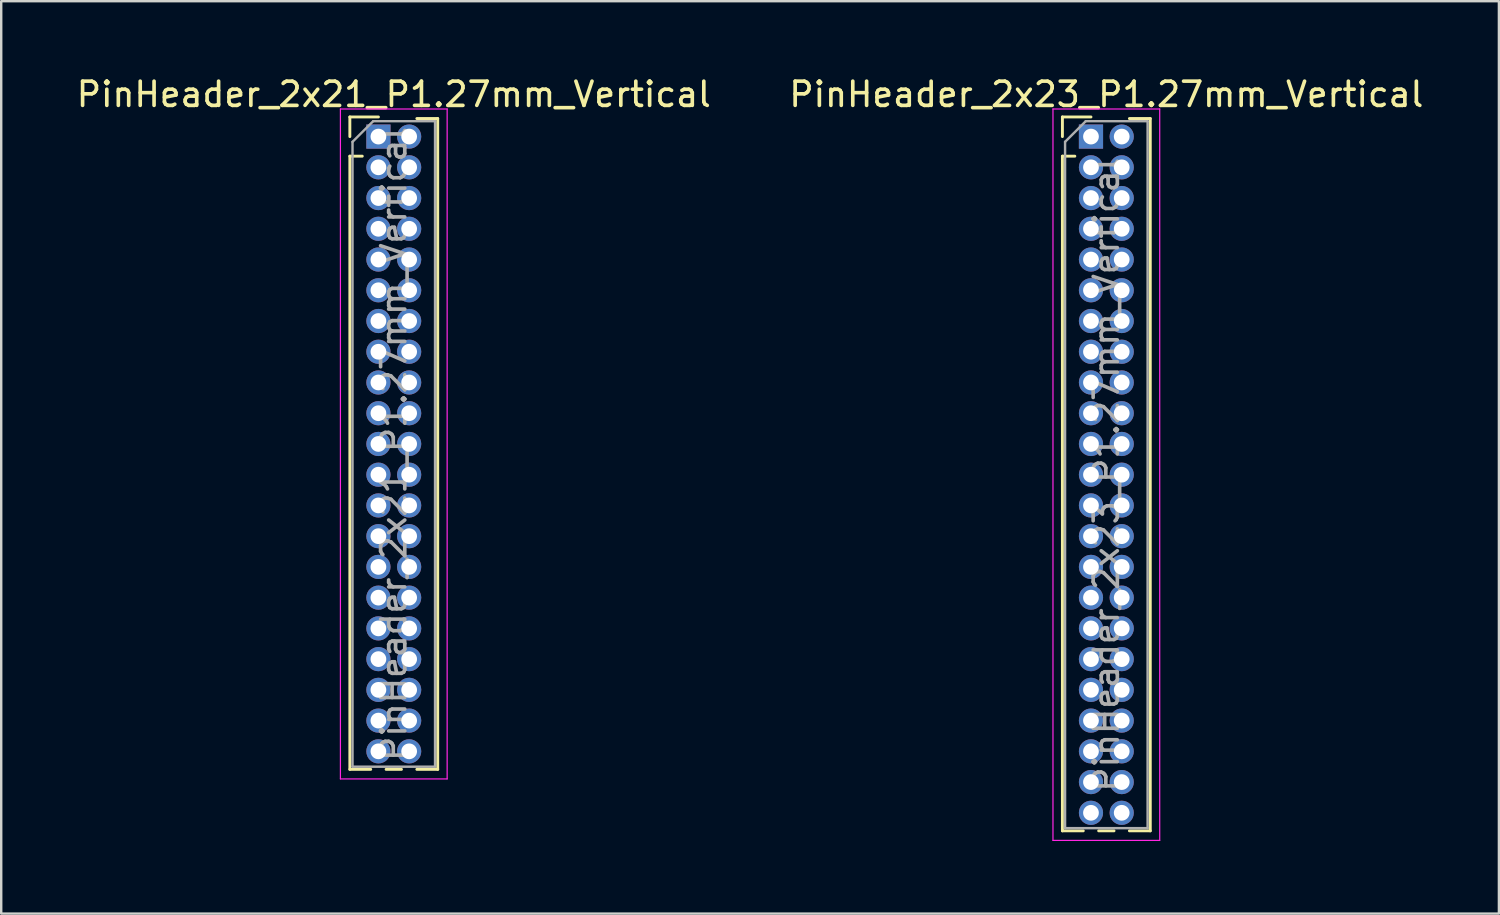
<source format=kicad_pcb>
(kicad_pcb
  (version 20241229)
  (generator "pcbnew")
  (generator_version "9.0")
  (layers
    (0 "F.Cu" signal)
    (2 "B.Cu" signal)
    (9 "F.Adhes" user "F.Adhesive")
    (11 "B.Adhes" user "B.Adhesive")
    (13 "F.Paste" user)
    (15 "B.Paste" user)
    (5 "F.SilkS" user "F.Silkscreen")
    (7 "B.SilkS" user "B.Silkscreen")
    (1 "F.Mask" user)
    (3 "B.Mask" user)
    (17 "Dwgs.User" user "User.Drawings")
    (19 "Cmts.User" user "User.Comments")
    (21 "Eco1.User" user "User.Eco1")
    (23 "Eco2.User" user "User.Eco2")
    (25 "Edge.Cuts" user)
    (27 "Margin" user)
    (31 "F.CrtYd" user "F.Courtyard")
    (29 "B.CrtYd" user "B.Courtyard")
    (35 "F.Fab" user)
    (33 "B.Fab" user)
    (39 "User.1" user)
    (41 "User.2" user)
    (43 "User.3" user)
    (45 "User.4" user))
  (footprint "PinHeader_2x21_P1.27mm_Vertical"
    (layer "F.Cu")
    (at 12.585 2.593)
    (property "Reference" "PinHeader_2x21_P1.27mm_Vertical" (at 0.635 -1.745 0) (layer "F.SilkS") (effects (font (size 1 1) (thickness 0.15))))
    (attr through_hole)
    (fp_line (start -1.18 -0.81) (end 0 -0.81) (stroke (width 0.12) (type solid)) (layer "F.SilkS"))
    (fp_line (start -1.18 0) (end -1.18 -0.81) (stroke (width 0.12) (type solid)) (layer "F.SilkS"))
    (fp_line (start -1.18 0.81) (end -1.18 26.145) (stroke (width 0.12) (type solid)) (layer "F.SilkS"))
    (fp_line (start -1.18 0.81) (end -0.667 0.81) (stroke (width 0.12) (type solid)) (layer "F.SilkS"))
    (fp_line (start -1.18 26.145) (end -0.318 26.145) (stroke (width 0.12) (type solid)) (layer "F.SilkS"))
    (fp_line (start 0.318 26.145) (end 0.952 26.145) (stroke (width 0.12) (type solid)) (layer "F.SilkS"))
    (fp_line (start 1.588 -0.745) (end 2.45 -0.745) (stroke (width 0.12) (type solid)) (layer "F.SilkS"))
    (fp_line (start 1.588 26.145) (end 2.45 26.145) (stroke (width 0.12) (type solid)) (layer "F.SilkS"))
    (fp_line (start 2.45 -0.745) (end 2.45 26.145) (stroke (width 0.12) (type solid)) (layer "F.SilkS"))
    (fp_line (start -1.57 -1.14) (end -1.57 26.54) (stroke (width 0.05) (type solid)) (layer "F.CrtYd"))
    (fp_line (start -1.57 26.54) (end 2.84 26.54) (stroke (width 0.05) (type solid)) (layer "F.CrtYd"))
    (fp_line (start 2.84 -1.14) (end -1.57 -1.14) (stroke (width 0.05) (type solid)) (layer "F.CrtYd"))
    (fp_line (start 2.84 26.54) (end 2.84 -1.14) (stroke (width 0.05) (type solid)) (layer "F.CrtYd"))
    (fp_line (start -1.07 0.217) (end -0.217 -0.635) (stroke (width 0.1) (type solid)) (layer "F.Fab"))
    (fp_line (start -1.07 26.035) (end -1.07 0.217) (stroke (width 0.1) (type solid)) (layer "F.Fab"))
    (fp_line (start -0.217 -0.635) (end 2.34 -0.635) (stroke (width 0.1) (type solid)) (layer "F.Fab"))
    (fp_line (start 2.34 -0.635) (end 2.34 26.035) (stroke (width 0.1) (type solid)) (layer "F.Fab"))
    (fp_line (start 2.34 26.035) (end -1.07 26.035) (stroke (width 0.1) (type solid)) (layer "F.Fab"))
    (fp_text user "${REFERENCE}" (at 0.635 12.7 90) (layer "F.Fab") (effects (font (size 1 1) (thickness 0.15))))
    (pad "1" thru_hole rect (at 0 0) (size 1 1) (drill 0.65) (layers "*.Cu" "*.Mask"))
    (pad "2" thru_hole circle (at 1.27 0) (size 1 1) (drill 0.65) (layers "*.Cu" "*.Mask"))
    (pad "3" thru_hole circle (at 0 1.27) (size 1 1) (drill 0.65) (layers "*.Cu" "*.Mask"))
    (pad "4" thru_hole circle (at 1.27 1.27) (size 1 1) (drill 0.65) (layers "*.Cu" "*.Mask"))
    (pad "5" thru_hole circle (at 0 2.54) (size 1 1) (drill 0.65) (layers "*.Cu" "*.Mask"))
    (pad "6" thru_hole circle (at 1.27 2.54) (size 1 1) (drill 0.65) (layers "*.Cu" "*.Mask"))
    (pad "7" thru_hole circle (at 0 3.81) (size 1 1) (drill 0.65) (layers "*.Cu" "*.Mask"))
    (pad "8" thru_hole circle (at 1.27 3.81) (size 1 1) (drill 0.65) (layers "*.Cu" "*.Mask"))
    (pad "9" thru_hole circle (at 0 5.08) (size 1 1) (drill 0.65) (layers "*.Cu" "*.Mask"))
    (pad "10" thru_hole circle (at 1.27 5.08) (size 1 1) (drill 0.65) (layers "*.Cu" "*.Mask"))
    (pad "11" thru_hole circle (at 0 6.35) (size 1 1) (drill 0.65) (layers "*.Cu" "*.Mask"))
    (pad "12" thru_hole circle (at 1.27 6.35) (size 1 1) (drill 0.65) (layers "*.Cu" "*.Mask"))
    (pad "13" thru_hole circle (at 0 7.62) (size 1 1) (drill 0.65) (layers "*.Cu" "*.Mask"))
    (pad "14" thru_hole circle (at 1.27 7.62) (size 1 1) (drill 0.65) (layers "*.Cu" "*.Mask"))
    (pad "15" thru_hole circle (at 0 8.89) (size 1 1) (drill 0.65) (layers "*.Cu" "*.Mask"))
    (pad "16" thru_hole circle (at 1.27 8.89) (size 1 1) (drill 0.65) (layers "*.Cu" "*.Mask"))
    (pad "17" thru_hole circle (at 0 10.16) (size 1 1) (drill 0.65) (layers "*.Cu" "*.Mask"))
    (pad "18" thru_hole circle (at 1.27 10.16) (size 1 1) (drill 0.65) (layers "*.Cu" "*.Mask"))
    (pad "19" thru_hole circle (at 0 11.43) (size 1 1) (drill 0.65) (layers "*.Cu" "*.Mask"))
    (pad "20" thru_hole circle (at 1.27 11.43) (size 1 1) (drill 0.65) (layers "*.Cu" "*.Mask"))
    (pad "21" thru_hole circle (at 0 12.7) (size 1 1) (drill 0.65) (layers "*.Cu" "*.Mask"))
    (pad "22" thru_hole circle (at 1.27 12.7) (size 1 1) (drill 0.65) (layers "*.Cu" "*.Mask"))
    (pad "23" thru_hole circle (at 0 13.97) (size 1 1) (drill 0.65) (layers "*.Cu" "*.Mask"))
    (pad "24" thru_hole circle (at 1.27 13.97) (size 1 1) (drill 0.65) (layers "*.Cu" "*.Mask"))
    (pad "25" thru_hole circle (at 0 15.24) (size 1 1) (drill 0.65) (layers "*.Cu" "*.Mask"))
    (pad "26" thru_hole circle (at 1.27 15.24) (size 1 1) (drill 0.65) (layers "*.Cu" "*.Mask"))
    (pad "27" thru_hole circle (at 0 16.51) (size 1 1) (drill 0.65) (layers "*.Cu" "*.Mask"))
    (pad "28" thru_hole circle (at 1.27 16.51) (size 1 1) (drill 0.65) (layers "*.Cu" "*.Mask"))
    (pad "29" thru_hole circle (at 0 17.78) (size 1 1) (drill 0.65) (layers "*.Cu" "*.Mask"))
    (pad "30" thru_hole circle (at 1.27 17.78) (size 1 1) (drill 0.65) (layers "*.Cu" "*.Mask"))
    (pad "31" thru_hole circle (at 0 19.05) (size 1 1) (drill 0.65) (layers "*.Cu" "*.Mask"))
    (pad "32" thru_hole circle (at 1.27 19.05) (size 1 1) (drill 0.65) (layers "*.Cu" "*.Mask"))
    (pad "33" thru_hole circle (at 0 20.32) (size 1 1) (drill 0.65) (layers "*.Cu" "*.Mask"))
    (pad "34" thru_hole circle (at 1.27 20.32) (size 1 1) (drill 0.65) (layers "*.Cu" "*.Mask"))
    (pad "35" thru_hole circle (at 0 21.59) (size 1 1) (drill 0.65) (layers "*.Cu" "*.Mask"))
    (pad "36" thru_hole circle (at 1.27 21.59) (size 1 1) (drill 0.65) (layers "*.Cu" "*.Mask"))
    (pad "37" thru_hole circle (at 0 22.86) (size 1 1) (drill 0.65) (layers "*.Cu" "*.Mask"))
    (pad "38" thru_hole circle (at 1.27 22.86) (size 1 1) (drill 0.65) (layers "*.Cu" "*.Mask"))
    (pad "39" thru_hole circle (at 0 24.13) (size 1 1) (drill 0.65) (layers "*.Cu" "*.Mask"))
    (pad "40" thru_hole circle (at 1.27 24.13) (size 1 1) (drill 0.65) (layers "*.Cu" "*.Mask"))
    (pad "41" thru_hole circle (at 0 25.4) (size 1 1) (drill 0.65) (layers "*.Cu" "*.Mask"))
    (pad "42" thru_hole circle (at 1.27 25.4) (size 1 1) (drill 0.65) (layers "*.Cu" "*.Mask")))
  (footprint "PinHeader_2x23_P1.27mm_Vertical"
    (layer "F.Cu")
    (at 42.026 2.593)
    (property "Reference" "PinHeader_2x23_P1.27mm_Vertical" (at 0.635 -1.745 0) (layer "F.SilkS") (effects (font (size 1 1) (thickness 0.15))))
    (attr through_hole)
    (fp_line (start -1.18 -0.81) (end 0 -0.81) (stroke (width 0.12) (type solid)) (layer "F.SilkS"))
    (fp_line (start -1.18 0) (end -1.18 -0.81) (stroke (width 0.12) (type solid)) (layer "F.SilkS"))
    (fp_line (start -1.18 0.81) (end -1.18 28.685) (stroke (width 0.12) (type solid)) (layer "F.SilkS"))
    (fp_line (start -1.18 0.81) (end -0.667 0.81) (stroke (width 0.12) (type solid)) (layer "F.SilkS"))
    (fp_line (start -1.18 28.685) (end -0.318 28.685) (stroke (width 0.12) (type solid)) (layer "F.SilkS"))
    (fp_line (start 0.318 28.685) (end 0.952 28.685) (stroke (width 0.12) (type solid)) (layer "F.SilkS"))
    (fp_line (start 1.588 -0.745) (end 2.45 -0.745) (stroke (width 0.12) (type solid)) (layer "F.SilkS"))
    (fp_line (start 1.588 28.685) (end 2.45 28.685) (stroke (width 0.12) (type solid)) (layer "F.SilkS"))
    (fp_line (start 2.45 -0.745) (end 2.45 28.685) (stroke (width 0.12) (type solid)) (layer "F.SilkS"))
    (fp_line (start -1.57 -1.14) (end -1.57 29.08) (stroke (width 0.05) (type solid)) (layer "F.CrtYd"))
    (fp_line (start -1.57 29.08) (end 2.84 29.08) (stroke (width 0.05) (type solid)) (layer "F.CrtYd"))
    (fp_line (start 2.84 -1.14) (end -1.57 -1.14) (stroke (width 0.05) (type solid)) (layer "F.CrtYd"))
    (fp_line (start 2.84 29.08) (end 2.84 -1.14) (stroke (width 0.05) (type solid)) (layer "F.CrtYd"))
    (fp_line (start -1.07 0.217) (end -0.217 -0.635) (stroke (width 0.1) (type solid)) (layer "F.Fab"))
    (fp_line (start -1.07 28.575) (end -1.07 0.217) (stroke (width 0.1) (type solid)) (layer "F.Fab"))
    (fp_line (start -0.217 -0.635) (end 2.34 -0.635) (stroke (width 0.1) (type solid)) (layer "F.Fab"))
    (fp_line (start 2.34 -0.635) (end 2.34 28.575) (stroke (width 0.1) (type solid)) (layer "F.Fab"))
    (fp_line (start 2.34 28.575) (end -1.07 28.575) (stroke (width 0.1) (type solid)) (layer "F.Fab"))
    (fp_text user "${REFERENCE}" (at 0.635 13.97 90) (layer "F.Fab") (effects (font (size 1 1) (thickness 0.15))))
    (pad "1" thru_hole rect (at 0 0) (size 1 1) (drill 0.65) (layers "*.Cu" "*.Mask"))
    (pad "2" thru_hole circle (at 1.27 0) (size 1 1) (drill 0.65) (layers "*.Cu" "*.Mask"))
    (pad "3" thru_hole circle (at 0 1.27) (size 1 1) (drill 0.65) (layers "*.Cu" "*.Mask"))
    (pad "4" thru_hole circle (at 1.27 1.27) (size 1 1) (drill 0.65) (layers "*.Cu" "*.Mask"))
    (pad "5" thru_hole circle (at 0 2.54) (size 1 1) (drill 0.65) (layers "*.Cu" "*.Mask"))
    (pad "6" thru_hole circle (at 1.27 2.54) (size 1 1) (drill 0.65) (layers "*.Cu" "*.Mask"))
    (pad "7" thru_hole circle (at 0 3.81) (size 1 1) (drill 0.65) (layers "*.Cu" "*.Mask"))
    (pad "8" thru_hole circle (at 1.27 3.81) (size 1 1) (drill 0.65) (layers "*.Cu" "*.Mask"))
    (pad "9" thru_hole circle (at 0 5.08) (size 1 1) (drill 0.65) (layers "*.Cu" "*.Mask"))
    (pad "10" thru_hole circle (at 1.27 5.08) (size 1 1) (drill 0.65) (layers "*.Cu" "*.Mask"))
    (pad "11" thru_hole circle (at 0 6.35) (size 1 1) (drill 0.65) (layers "*.Cu" "*.Mask"))
    (pad "12" thru_hole circle (at 1.27 6.35) (size 1 1) (drill 0.65) (layers "*.Cu" "*.Mask"))
    (pad "13" thru_hole circle (at 0 7.62) (size 1 1) (drill 0.65) (layers "*.Cu" "*.Mask"))
    (pad "14" thru_hole circle (at 1.27 7.62) (size 1 1) (drill 0.65) (layers "*.Cu" "*.Mask"))
    (pad "15" thru_hole circle (at 0 8.89) (size 1 1) (drill 0.65) (layers "*.Cu" "*.Mask"))
    (pad "16" thru_hole circle (at 1.27 8.89) (size 1 1) (drill 0.65) (layers "*.Cu" "*.Mask"))
    (pad "17" thru_hole circle (at 0 10.16) (size 1 1) (drill 0.65) (layers "*.Cu" "*.Mask"))
    (pad "18" thru_hole circle (at 1.27 10.16) (size 1 1) (drill 0.65) (layers "*.Cu" "*.Mask"))
    (pad "19" thru_hole circle (at 0 11.43) (size 1 1) (drill 0.65) (layers "*.Cu" "*.Mask"))
    (pad "20" thru_hole circle (at 1.27 11.43) (size 1 1) (drill 0.65) (layers "*.Cu" "*.Mask"))
    (pad "21" thru_hole circle (at 0 12.7) (size 1 1) (drill 0.65) (layers "*.Cu" "*.Mask"))
    (pad "22" thru_hole circle (at 1.27 12.7) (size 1 1) (drill 0.65) (layers "*.Cu" "*.Mask"))
    (pad "23" thru_hole circle (at 0 13.97) (size 1 1) (drill 0.65) (layers "*.Cu" "*.Mask"))
    (pad "24" thru_hole circle (at 1.27 13.97) (size 1 1) (drill 0.65) (layers "*.Cu" "*.Mask"))
    (pad "25" thru_hole circle (at 0 15.24) (size 1 1) (drill 0.65) (layers "*.Cu" "*.Mask"))
    (pad "26" thru_hole circle (at 1.27 15.24) (size 1 1) (drill 0.65) (layers "*.Cu" "*.Mask"))
    (pad "27" thru_hole circle (at 0 16.51) (size 1 1) (drill 0.65) (layers "*.Cu" "*.Mask"))
    (pad "28" thru_hole circle (at 1.27 16.51) (size 1 1) (drill 0.65) (layers "*.Cu" "*.Mask"))
    (pad "29" thru_hole circle (at 0 17.78) (size 1 1) (drill 0.65) (layers "*.Cu" "*.Mask"))
    (pad "30" thru_hole circle (at 1.27 17.78) (size 1 1) (drill 0.65) (layers "*.Cu" "*.Mask"))
    (pad "31" thru_hole circle (at 0 19.05) (size 1 1) (drill 0.65) (layers "*.Cu" "*.Mask"))
    (pad "32" thru_hole circle (at 1.27 19.05) (size 1 1) (drill 0.65) (layers "*.Cu" "*.Mask"))
    (pad "33" thru_hole circle (at 0 20.32) (size 1 1) (drill 0.65) (layers "*.Cu" "*.Mask"))
    (pad "34" thru_hole circle (at 1.27 20.32) (size 1 1) (drill 0.65) (layers "*.Cu" "*.Mask"))
    (pad "35" thru_hole circle (at 0 21.59) (size 1 1) (drill 0.65) (layers "*.Cu" "*.Mask"))
    (pad "36" thru_hole circle (at 1.27 21.59) (size 1 1) (drill 0.65) (layers "*.Cu" "*.Mask"))
    (pad "37" thru_hole circle (at 0 22.86) (size 1 1) (drill 0.65) (layers "*.Cu" "*.Mask"))
    (pad "38" thru_hole circle (at 1.27 22.86) (size 1 1) (drill 0.65) (layers "*.Cu" "*.Mask"))
    (pad "39" thru_hole circle (at 0 24.13) (size 1 1) (drill 0.65) (layers "*.Cu" "*.Mask"))
    (pad "40" thru_hole circle (at 1.27 24.13) (size 1 1) (drill 0.65) (layers "*.Cu" "*.Mask"))
    (pad "41" thru_hole circle (at 0 25.4) (size 1 1) (drill 0.65) (layers "*.Cu" "*.Mask"))
    (pad "42" thru_hole circle (at 1.27 25.4) (size 1 1) (drill 0.65) (layers "*.Cu" "*.Mask"))
    (pad "43" thru_hole circle (at 0 26.67) (size 1 1) (drill 0.65) (layers "*.Cu" "*.Mask"))
    (pad "44" thru_hole circle (at 1.27 26.67) (size 1 1) (drill 0.65) (layers "*.Cu" "*.Mask"))
    (pad "45" thru_hole circle (at 0 27.94) (size 1 1) (drill 0.65) (layers "*.Cu" "*.Mask"))
    (pad "46" thru_hole circle (at 1.27 27.94) (size 1 1) (drill 0.65) (layers "*.Cu" "*.Mask")))
  (gr_rect
    (start -3 -3)
    (end 58.881 34.698)
    (stroke (width 0.1) (type default))
    (fill no)
    (layer "Edge.Cuts")))
</source>
